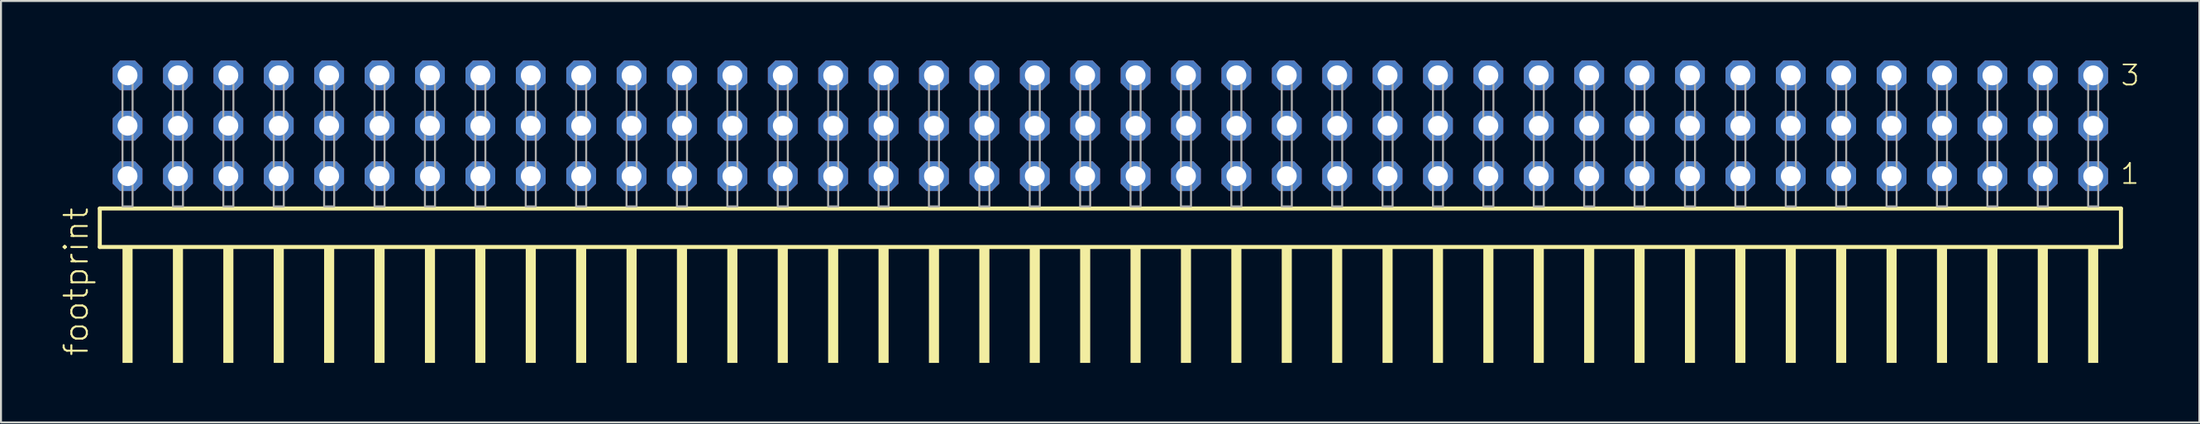
<source format=kicad_pcb>
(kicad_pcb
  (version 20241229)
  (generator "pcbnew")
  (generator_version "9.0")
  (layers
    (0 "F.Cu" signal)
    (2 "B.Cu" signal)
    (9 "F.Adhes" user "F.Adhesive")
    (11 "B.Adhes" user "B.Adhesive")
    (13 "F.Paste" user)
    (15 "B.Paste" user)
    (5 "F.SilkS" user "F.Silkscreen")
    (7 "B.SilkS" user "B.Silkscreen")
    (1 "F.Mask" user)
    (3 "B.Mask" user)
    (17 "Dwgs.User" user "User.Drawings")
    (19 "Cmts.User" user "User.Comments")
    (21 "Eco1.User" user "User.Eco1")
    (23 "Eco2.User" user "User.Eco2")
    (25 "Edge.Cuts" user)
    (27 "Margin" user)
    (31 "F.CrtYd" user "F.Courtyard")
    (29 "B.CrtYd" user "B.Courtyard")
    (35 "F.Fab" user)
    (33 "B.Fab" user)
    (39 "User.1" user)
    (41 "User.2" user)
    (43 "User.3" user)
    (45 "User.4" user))
  (footprint "footprint"
    (layer "F.Cu")
    (at 52.908 7.354)
    (property "Reference" "footprint" (at -51.435 7.62 90) (layer "F.SilkS") (effects (font (size 1.168 1.168) (thickness 0.102)) (justify left bottom)))
    (fp_line (start -50.929 0.106) (end -50.929 2.046) (stroke (width 0.203) (type solid)) (layer "F.SilkS"))
    (fp_line (start -50.929 2.046) (end 50.929 2.046) (stroke (width 0.203) (type solid)) (layer "F.SilkS"))
    (fp_line (start 50.929 0.106) (end -50.929 0.106) (stroke (width 0.203) (type solid)) (layer "F.SilkS"))
    (fp_line (start 50.929 2.046) (end 50.929 0.106) (stroke (width 0.203) (type solid)) (layer "F.SilkS"))
    (fp_poly (pts (xy -49.784 7.89) (xy -49.276 7.89) (xy -49.276 2.04) (xy -49.784 2.04)) (stroke (width 0) (type solid)) (fill yes) (layer "F.SilkS"))
    (fp_poly (pts (xy -47.244 7.89) (xy -46.736 7.89) (xy -46.736 2.04) (xy -47.244 2.04)) (stroke (width 0) (type solid)) (fill yes) (layer "F.SilkS"))
    (fp_poly (pts (xy -44.704 7.89) (xy -44.196 7.89) (xy -44.196 2.04) (xy -44.704 2.04)) (stroke (width 0) (type solid)) (fill yes) (layer "F.SilkS"))
    (fp_poly (pts (xy -42.164 7.89) (xy -41.656 7.89) (xy -41.656 2.04) (xy -42.164 2.04)) (stroke (width 0) (type solid)) (fill yes) (layer "F.SilkS"))
    (fp_poly (pts (xy -39.624 7.89) (xy -39.116 7.89) (xy -39.116 2.04) (xy -39.624 2.04)) (stroke (width 0) (type solid)) (fill yes) (layer "F.SilkS"))
    (fp_poly (pts (xy -37.084 7.89) (xy -36.576 7.89) (xy -36.576 2.04) (xy -37.084 2.04)) (stroke (width 0) (type solid)) (fill yes) (layer "F.SilkS"))
    (fp_poly (pts (xy -34.544 7.89) (xy -34.036 7.89) (xy -34.036 2.04) (xy -34.544 2.04)) (stroke (width 0) (type solid)) (fill yes) (layer "F.SilkS"))
    (fp_poly (pts (xy -32.004 7.89) (xy -31.496 7.89) (xy -31.496 2.04) (xy -32.004 2.04)) (stroke (width 0) (type solid)) (fill yes) (layer "F.SilkS"))
    (fp_poly (pts (xy -29.464 7.89) (xy -28.956 7.89) (xy -28.956 2.04) (xy -29.464 2.04)) (stroke (width 0) (type solid)) (fill yes) (layer "F.SilkS"))
    (fp_poly (pts (xy -26.924 7.89) (xy -26.416 7.89) (xy -26.416 2.04) (xy -26.924 2.04)) (stroke (width 0) (type solid)) (fill yes) (layer "F.SilkS"))
    (fp_poly (pts (xy -24.384 7.89) (xy -23.876 7.89) (xy -23.876 2.04) (xy -24.384 2.04)) (stroke (width 0) (type solid)) (fill yes) (layer "F.SilkS"))
    (fp_poly (pts (xy -21.844 7.89) (xy -21.336 7.89) (xy -21.336 2.04) (xy -21.844 2.04)) (stroke (width 0) (type solid)) (fill yes) (layer "F.SilkS"))
    (fp_poly (pts (xy -19.304 7.89) (xy -18.796 7.89) (xy -18.796 2.04) (xy -19.304 2.04)) (stroke (width 0) (type solid)) (fill yes) (layer "F.SilkS"))
    (fp_poly (pts (xy -16.764 7.89) (xy -16.256 7.89) (xy -16.256 2.04) (xy -16.764 2.04)) (stroke (width 0) (type solid)) (fill yes) (layer "F.SilkS"))
    (fp_poly (pts (xy -14.224 7.89) (xy -13.716 7.89) (xy -13.716 2.04) (xy -14.224 2.04)) (stroke (width 0) (type solid)) (fill yes) (layer "F.SilkS"))
    (fp_poly (pts (xy -11.684 7.89) (xy -11.176 7.89) (xy -11.176 2.04) (xy -11.684 2.04)) (stroke (width 0) (type solid)) (fill yes) (layer "F.SilkS"))
    (fp_poly (pts (xy -9.144 7.89) (xy -8.636 7.89) (xy -8.636 2.04) (xy -9.144 2.04)) (stroke (width 0) (type solid)) (fill yes) (layer "F.SilkS"))
    (fp_poly (pts (xy -6.604 7.89) (xy -6.096 7.89) (xy -6.096 2.04) (xy -6.604 2.04)) (stroke (width 0) (type solid)) (fill yes) (layer "F.SilkS"))
    (fp_poly (pts (xy -4.064 7.89) (xy -3.556 7.89) (xy -3.556 2.04) (xy -4.064 2.04)) (stroke (width 0) (type solid)) (fill yes) (layer "F.SilkS"))
    (fp_poly (pts (xy -1.524 7.89) (xy -1.016 7.89) (xy -1.016 2.04) (xy -1.524 2.04)) (stroke (width 0) (type solid)) (fill yes) (layer "F.SilkS"))
    (fp_poly (pts (xy 1.016 7.89) (xy 1.524 7.89) (xy 1.524 2.04) (xy 1.016 2.04)) (stroke (width 0) (type solid)) (fill yes) (layer "F.SilkS"))
    (fp_poly (pts (xy 3.556 7.89) (xy 4.064 7.89) (xy 4.064 2.04) (xy 3.556 2.04)) (stroke (width 0) (type solid)) (fill yes) (layer "F.SilkS"))
    (fp_poly (pts (xy 6.096 7.89) (xy 6.604 7.89) (xy 6.604 2.04) (xy 6.096 2.04)) (stroke (width 0) (type solid)) (fill yes) (layer "F.SilkS"))
    (fp_poly (pts (xy 8.636 7.89) (xy 9.144 7.89) (xy 9.144 2.04) (xy 8.636 2.04)) (stroke (width 0) (type solid)) (fill yes) (layer "F.SilkS"))
    (fp_poly (pts (xy 11.176 7.89) (xy 11.684 7.89) (xy 11.684 2.04) (xy 11.176 2.04)) (stroke (width 0) (type solid)) (fill yes) (layer "F.SilkS"))
    (fp_poly (pts (xy 13.716 7.89) (xy 14.224 7.89) (xy 14.224 2.04) (xy 13.716 2.04)) (stroke (width 0) (type solid)) (fill yes) (layer "F.SilkS"))
    (fp_poly (pts (xy 16.256 7.89) (xy 16.764 7.89) (xy 16.764 2.04) (xy 16.256 2.04)) (stroke (width 0) (type solid)) (fill yes) (layer "F.SilkS"))
    (fp_poly (pts (xy 18.796 7.89) (xy 19.304 7.89) (xy 19.304 2.04) (xy 18.796 2.04)) (stroke (width 0) (type solid)) (fill yes) (layer "F.SilkS"))
    (fp_poly (pts (xy 21.336 7.89) (xy 21.844 7.89) (xy 21.844 2.04) (xy 21.336 2.04)) (stroke (width 0) (type solid)) (fill yes) (layer "F.SilkS"))
    (fp_poly (pts (xy 23.876 7.89) (xy 24.384 7.89) (xy 24.384 2.04) (xy 23.876 2.04)) (stroke (width 0) (type solid)) (fill yes) (layer "F.SilkS"))
    (fp_poly (pts (xy 26.416 7.89) (xy 26.924 7.89) (xy 26.924 2.04) (xy 26.416 2.04)) (stroke (width 0) (type solid)) (fill yes) (layer "F.SilkS"))
    (fp_poly (pts (xy 28.956 7.89) (xy 29.464 7.89) (xy 29.464 2.04) (xy 28.956 2.04)) (stroke (width 0) (type solid)) (fill yes) (layer "F.SilkS"))
    (fp_poly (pts (xy 31.496 7.89) (xy 32.004 7.89) (xy 32.004 2.04) (xy 31.496 2.04)) (stroke (width 0) (type solid)) (fill yes) (layer "F.SilkS"))
    (fp_poly (pts (xy 34.036 7.89) (xy 34.544 7.89) (xy 34.544 2.04) (xy 34.036 2.04)) (stroke (width 0) (type solid)) (fill yes) (layer "F.SilkS"))
    (fp_poly (pts (xy 36.576 7.89) (xy 37.084 7.89) (xy 37.084 2.04) (xy 36.576 2.04)) (stroke (width 0) (type solid)) (fill yes) (layer "F.SilkS"))
    (fp_poly (pts (xy 39.116 7.89) (xy 39.624 7.89) (xy 39.624 2.04) (xy 39.116 2.04)) (stroke (width 0) (type solid)) (fill yes) (layer "F.SilkS"))
    (fp_poly (pts (xy 41.656 7.89) (xy 42.164 7.89) (xy 42.164 2.04) (xy 41.656 2.04)) (stroke (width 0) (type solid)) (fill yes) (layer "F.SilkS"))
    (fp_poly (pts (xy 44.196 7.89) (xy 44.704 7.89) (xy 44.704 2.04) (xy 44.196 2.04)) (stroke (width 0) (type solid)) (fill yes) (layer "F.SilkS"))
    (fp_poly (pts (xy 46.736 7.89) (xy 47.244 7.89) (xy 47.244 2.04) (xy 46.736 2.04)) (stroke (width 0) (type solid)) (fill yes) (layer "F.SilkS"))
    (fp_poly (pts (xy 49.276 7.89) (xy 49.784 7.89) (xy 49.784 2.04) (xy 49.276 2.04)) (stroke (width 0) (type solid)) (fill yes) (layer "F.SilkS"))
    (fp_poly (pts (xy -49.784 0) (xy -49.276 0) (xy -49.276 -6.858) (xy -49.784 -6.858)) (stroke (width 0.1) (type solid)) (fill no) (layer "F.Fab"))
    (fp_poly (pts (xy -47.244 0) (xy -46.736 0) (xy -46.736 -6.858) (xy -47.244 -6.858)) (stroke (width 0.1) (type solid)) (fill no) (layer "F.Fab"))
    (fp_poly (pts (xy -44.704 0) (xy -44.196 0) (xy -44.196 -6.858) (xy -44.704 -6.858)) (stroke (width 0.1) (type solid)) (fill no) (layer "F.Fab"))
    (fp_poly (pts (xy -42.164 0) (xy -41.656 0) (xy -41.656 -6.858) (xy -42.164 -6.858)) (stroke (width 0.1) (type solid)) (fill no) (layer "F.Fab"))
    (fp_poly (pts (xy -39.624 0) (xy -39.116 0) (xy -39.116 -6.858) (xy -39.624 -6.858)) (stroke (width 0.1) (type solid)) (fill no) (layer "F.Fab"))
    (fp_poly (pts (xy -37.084 0) (xy -36.576 0) (xy -36.576 -6.858) (xy -37.084 -6.858)) (stroke (width 0.1) (type solid)) (fill no) (layer "F.Fab"))
    (fp_poly (pts (xy -34.544 0) (xy -34.036 0) (xy -34.036 -6.858) (xy -34.544 -6.858)) (stroke (width 0.1) (type solid)) (fill no) (layer "F.Fab"))
    (fp_poly (pts (xy -32.004 0) (xy -31.496 0) (xy -31.496 -6.858) (xy -32.004 -6.858)) (stroke (width 0.1) (type solid)) (fill no) (layer "F.Fab"))
    (fp_poly (pts (xy -29.464 0) (xy -28.956 0) (xy -28.956 -6.858) (xy -29.464 -6.858)) (stroke (width 0.1) (type solid)) (fill no) (layer "F.Fab"))
    (fp_poly (pts (xy -26.924 0) (xy -26.416 0) (xy -26.416 -6.858) (xy -26.924 -6.858)) (stroke (width 0.1) (type solid)) (fill no) (layer "F.Fab"))
    (fp_poly (pts (xy -24.384 0) (xy -23.876 0) (xy -23.876 -6.858) (xy -24.384 -6.858)) (stroke (width 0.1) (type solid)) (fill no) (layer "F.Fab"))
    (fp_poly (pts (xy -21.844 0) (xy -21.336 0) (xy -21.336 -6.858) (xy -21.844 -6.858)) (stroke (width 0.1) (type solid)) (fill no) (layer "F.Fab"))
    (fp_poly (pts (xy -19.304 0) (xy -18.796 0) (xy -18.796 -6.858) (xy -19.304 -6.858)) (stroke (width 0.1) (type solid)) (fill no) (layer "F.Fab"))
    (fp_poly (pts (xy -16.764 0) (xy -16.256 0) (xy -16.256 -6.858) (xy -16.764 -6.858)) (stroke (width 0.1) (type solid)) (fill no) (layer "F.Fab"))
    (fp_poly (pts (xy -14.224 0) (xy -13.716 0) (xy -13.716 -6.858) (xy -14.224 -6.858)) (stroke (width 0.1) (type solid)) (fill no) (layer "F.Fab"))
    (fp_poly (pts (xy -11.684 0) (xy -11.176 0) (xy -11.176 -6.858) (xy -11.684 -6.858)) (stroke (width 0.1) (type solid)) (fill no) (layer "F.Fab"))
    (fp_poly (pts (xy -9.144 0) (xy -8.636 0) (xy -8.636 -6.858) (xy -9.144 -6.858)) (stroke (width 0.1) (type solid)) (fill no) (layer "F.Fab"))
    (fp_poly (pts (xy -6.604 0) (xy -6.096 0) (xy -6.096 -6.858) (xy -6.604 -6.858)) (stroke (width 0.1) (type solid)) (fill no) (layer "F.Fab"))
    (fp_poly (pts (xy -4.064 0) (xy -3.556 0) (xy -3.556 -6.858) (xy -4.064 -6.858)) (stroke (width 0.1) (type solid)) (fill no) (layer "F.Fab"))
    (fp_poly (pts (xy -1.524 0) (xy -1.016 0) (xy -1.016 -6.858) (xy -1.524 -6.858)) (stroke (width 0.1) (type solid)) (fill no) (layer "F.Fab"))
    (fp_poly (pts (xy 1.016 0) (xy 1.524 0) (xy 1.524 -6.858) (xy 1.016 -6.858)) (stroke (width 0.1) (type solid)) (fill no) (layer "F.Fab"))
    (fp_poly (pts (xy 3.556 0) (xy 4.064 0) (xy 4.064 -6.858) (xy 3.556 -6.858)) (stroke (width 0.1) (type solid)) (fill no) (layer "F.Fab"))
    (fp_poly (pts (xy 6.096 0) (xy 6.604 0) (xy 6.604 -6.858) (xy 6.096 -6.858)) (stroke (width 0.1) (type solid)) (fill no) (layer "F.Fab"))
    (fp_poly (pts (xy 8.636 0) (xy 9.144 0) (xy 9.144 -6.858) (xy 8.636 -6.858)) (stroke (width 0.1) (type solid)) (fill no) (layer "F.Fab"))
    (fp_poly (pts (xy 11.176 0) (xy 11.684 0) (xy 11.684 -6.858) (xy 11.176 -6.858)) (stroke (width 0.1) (type solid)) (fill no) (layer "F.Fab"))
    (fp_poly (pts (xy 13.716 0) (xy 14.224 0) (xy 14.224 -6.858) (xy 13.716 -6.858)) (stroke (width 0.1) (type solid)) (fill no) (layer "F.Fab"))
    (fp_poly (pts (xy 16.256 0) (xy 16.764 0) (xy 16.764 -6.858) (xy 16.256 -6.858)) (stroke (width 0.1) (type solid)) (fill no) (layer "F.Fab"))
    (fp_poly (pts (xy 18.796 0) (xy 19.304 0) (xy 19.304 -6.858) (xy 18.796 -6.858)) (stroke (width 0.1) (type solid)) (fill no) (layer "F.Fab"))
    (fp_poly (pts (xy 21.336 0) (xy 21.844 0) (xy 21.844 -6.858) (xy 21.336 -6.858)) (stroke (width 0.1) (type solid)) (fill no) (layer "F.Fab"))
    (fp_poly (pts (xy 23.876 0) (xy 24.384 0) (xy 24.384 -6.858) (xy 23.876 -6.858)) (stroke (width 0.1) (type solid)) (fill no) (layer "F.Fab"))
    (fp_poly (pts (xy 26.416 0) (xy 26.924 0) (xy 26.924 -6.858) (xy 26.416 -6.858)) (stroke (width 0.1) (type solid)) (fill no) (layer "F.Fab"))
    (fp_poly (pts (xy 28.956 0) (xy 29.464 0) (xy 29.464 -6.858) (xy 28.956 -6.858)) (stroke (width 0.1) (type solid)) (fill no) (layer "F.Fab"))
    (fp_poly (pts (xy 31.496 0) (xy 32.004 0) (xy 32.004 -6.858) (xy 31.496 -6.858)) (stroke (width 0.1) (type solid)) (fill no) (layer "F.Fab"))
    (fp_poly (pts (xy 34.036 0) (xy 34.544 0) (xy 34.544 -6.858) (xy 34.036 -6.858)) (stroke (width 0.1) (type solid)) (fill no) (layer "F.Fab"))
    (fp_poly (pts (xy 36.576 0) (xy 37.084 0) (xy 37.084 -6.858) (xy 36.576 -6.858)) (stroke (width 0.1) (type solid)) (fill no) (layer "F.Fab"))
    (fp_poly (pts (xy 39.116 0) (xy 39.624 0) (xy 39.624 -6.858) (xy 39.116 -6.858)) (stroke (width 0.1) (type solid)) (fill no) (layer "F.Fab"))
    (fp_poly (pts (xy 41.656 0) (xy 42.164 0) (xy 42.164 -6.858) (xy 41.656 -6.858)) (stroke (width 0.1) (type solid)) (fill no) (layer "F.Fab"))
    (fp_poly (pts (xy 44.196 0) (xy 44.704 0) (xy 44.704 -6.858) (xy 44.196 -6.858)) (stroke (width 0.1) (type solid)) (fill no) (layer "F.Fab"))
    (fp_poly (pts (xy 46.736 0) (xy 47.244 0) (xy 47.244 -6.858) (xy 46.736 -6.858)) (stroke (width 0.1) (type solid)) (fill no) (layer "F.Fab"))
    (fp_poly (pts (xy 49.276 0) (xy 49.784 0) (xy 49.784 -6.858) (xy 49.276 -6.858)) (stroke (width 0.1) (type solid)) (fill no) (layer "F.Fab"))
    (fp_text user "3" (at 50.855 -6.015 0) (layer "F.SilkS") (effects (font (size 1.012 1.012) (thickness 0.088)) (justify left bottom)))
    (fp_text user "1" (at 50.84 -1.05 0) (layer "F.SilkS") (effects (font (size 1.012 1.012) (thickness 0.088)) (justify left bottom)))
    (pad "1" thru_hole roundrect (at 49.53 -1.524 180) (size 1.5 1.5) (drill 1) (layers "*.Cu" "*.Mask") (roundrect_rratio 0.25) (chamfer_ratio 0.25) (chamfer top_left top_right bottom_left bottom_right))
    (pad "2" thru_hole roundrect (at 49.53 -4.064 180) (size 1.5 1.5) (drill 1) (layers "*.Cu" "*.Mask") (roundrect_rratio 0.25) (chamfer_ratio 0.25) (chamfer top_left top_right bottom_left bottom_right))
    (pad "3" thru_hole roundrect (at 49.53 -6.604 180) (size 1.5 1.5) (drill 1) (layers "*.Cu" "*.Mask") (roundrect_rratio 0.25) (chamfer_ratio 0.25) (chamfer top_left top_right bottom_left bottom_right))
    (pad "4" thru_hole roundrect (at 46.99 -1.524 180) (size 1.5 1.5) (drill 1) (layers "*.Cu" "*.Mask") (roundrect_rratio 0.25) (chamfer_ratio 0.25) (chamfer top_left top_right bottom_left bottom_right))
    (pad "5" thru_hole roundrect (at 46.99 -4.064 180) (size 1.5 1.5) (drill 1) (layers "*.Cu" "*.Mask") (roundrect_rratio 0.25) (chamfer_ratio 0.25) (chamfer top_left top_right bottom_left bottom_right))
    (pad "6" thru_hole roundrect (at 46.99 -6.604 180) (size 1.5 1.5) (drill 1) (layers "*.Cu" "*.Mask") (roundrect_rratio 0.25) (chamfer_ratio 0.25) (chamfer top_left top_right bottom_left bottom_right))
    (pad "7" thru_hole roundrect (at 44.45 -1.524 180) (size 1.5 1.5) (drill 1) (layers "*.Cu" "*.Mask") (roundrect_rratio 0.25) (chamfer_ratio 0.25) (chamfer top_left top_right bottom_left bottom_right))
    (pad "8" thru_hole roundrect (at 44.45 -4.064 180) (size 1.5 1.5) (drill 1) (layers "*.Cu" "*.Mask") (roundrect_rratio 0.25) (chamfer_ratio 0.25) (chamfer top_left top_right bottom_left bottom_right))
    (pad "9" thru_hole roundrect (at 44.45 -6.604 180) (size 1.5 1.5) (drill 1) (layers "*.Cu" "*.Mask") (roundrect_rratio 0.25) (chamfer_ratio 0.25) (chamfer top_left top_right bottom_left bottom_right))
    (pad "10" thru_hole roundrect (at 41.91 -1.524 180) (size 1.5 1.5) (drill 1) (layers "*.Cu" "*.Mask") (roundrect_rratio 0.25) (chamfer_ratio 0.25) (chamfer top_left top_right bottom_left bottom_right))
    (pad "11" thru_hole roundrect (at 41.91 -4.064 180) (size 1.5 1.5) (drill 1) (layers "*.Cu" "*.Mask") (roundrect_rratio 0.25) (chamfer_ratio 0.25) (chamfer top_left top_right bottom_left bottom_right))
    (pad "12" thru_hole roundrect (at 41.91 -6.604 180) (size 1.5 1.5) (drill 1) (layers "*.Cu" "*.Mask") (roundrect_rratio 0.25) (chamfer_ratio 0.25) (chamfer top_left top_right bottom_left bottom_right))
    (pad "13" thru_hole roundrect (at 39.37 -1.524 180) (size 1.5 1.5) (drill 1) (layers "*.Cu" "*.Mask") (roundrect_rratio 0.25) (chamfer_ratio 0.25) (chamfer top_left top_right bottom_left bottom_right))
    (pad "14" thru_hole roundrect (at 39.37 -4.064 180) (size 1.5 1.5) (drill 1) (layers "*.Cu" "*.Mask") (roundrect_rratio 0.25) (chamfer_ratio 0.25) (chamfer top_left top_right bottom_left bottom_right))
    (pad "15" thru_hole roundrect (at 39.37 -6.604 180) (size 1.5 1.5) (drill 1) (layers "*.Cu" "*.Mask") (roundrect_rratio 0.25) (chamfer_ratio 0.25) (chamfer top_left top_right bottom_left bottom_right))
    (pad "16" thru_hole roundrect (at 36.83 -1.524 180) (size 1.5 1.5) (drill 1) (layers "*.Cu" "*.Mask") (roundrect_rratio 0.25) (chamfer_ratio 0.25) (chamfer top_left top_right bottom_left bottom_right))
    (pad "17" thru_hole roundrect (at 36.83 -4.064 180) (size 1.5 1.5) (drill 1) (layers "*.Cu" "*.Mask") (roundrect_rratio 0.25) (chamfer_ratio 0.25) (chamfer top_left top_right bottom_left bottom_right))
    (pad "18" thru_hole roundrect (at 36.83 -6.604 180) (size 1.5 1.5) (drill 1) (layers "*.Cu" "*.Mask") (roundrect_rratio 0.25) (chamfer_ratio 0.25) (chamfer top_left top_right bottom_left bottom_right))
    (pad "19" thru_hole roundrect (at 34.29 -1.524 180) (size 1.5 1.5) (drill 1) (layers "*.Cu" "*.Mask") (roundrect_rratio 0.25) (chamfer_ratio 0.25) (chamfer top_left top_right bottom_left bottom_right))
    (pad "20" thru_hole roundrect (at 34.29 -4.064 180) (size 1.5 1.5) (drill 1) (layers "*.Cu" "*.Mask") (roundrect_rratio 0.25) (chamfer_ratio 0.25) (chamfer top_left top_right bottom_left bottom_right))
    (pad "21" thru_hole roundrect (at 34.29 -6.604 180) (size 1.5 1.5) (drill 1) (layers "*.Cu" "*.Mask") (roundrect_rratio 0.25) (chamfer_ratio 0.25) (chamfer top_left top_right bottom_left bottom_right))
    (pad "22" thru_hole roundrect (at 31.75 -1.524 180) (size 1.5 1.5) (drill 1) (layers "*.Cu" "*.Mask") (roundrect_rratio 0.25) (chamfer_ratio 0.25) (chamfer top_left top_right bottom_left bottom_right))
    (pad "23" thru_hole roundrect (at 31.75 -4.064 180) (size 1.5 1.5) (drill 1) (layers "*.Cu" "*.Mask") (roundrect_rratio 0.25) (chamfer_ratio 0.25) (chamfer top_left top_right bottom_left bottom_right))
    (pad "24" thru_hole roundrect (at 31.75 -6.604 180) (size 1.5 1.5) (drill 1) (layers "*.Cu" "*.Mask") (roundrect_rratio 0.25) (chamfer_ratio 0.25) (chamfer top_left top_right bottom_left bottom_right))
    (pad "25" thru_hole roundrect (at 29.21 -1.524 180) (size 1.5 1.5) (drill 1) (layers "*.Cu" "*.Mask") (roundrect_rratio 0.25) (chamfer_ratio 0.25) (chamfer top_left top_right bottom_left bottom_right))
    (pad "26" thru_hole roundrect (at 29.21 -4.064 180) (size 1.5 1.5) (drill 1) (layers "*.Cu" "*.Mask") (roundrect_rratio 0.25) (chamfer_ratio 0.25) (chamfer top_left top_right bottom_left bottom_right))
    (pad "27" thru_hole roundrect (at 29.21 -6.604 180) (size 1.5 1.5) (drill 1) (layers "*.Cu" "*.Mask") (roundrect_rratio 0.25) (chamfer_ratio 0.25) (chamfer top_left top_right bottom_left bottom_right))
    (pad "28" thru_hole roundrect (at 26.67 -1.524 180) (size 1.5 1.5) (drill 1) (layers "*.Cu" "*.Mask") (roundrect_rratio 0.25) (chamfer_ratio 0.25) (chamfer top_left top_right bottom_left bottom_right))
    (pad "29" thru_hole roundrect (at 26.67 -4.064 180) (size 1.5 1.5) (drill 1) (layers "*.Cu" "*.Mask") (roundrect_rratio 0.25) (chamfer_ratio 0.25) (chamfer top_left top_right bottom_left bottom_right))
    (pad "30" thru_hole roundrect (at 26.67 -6.604 180) (size 1.5 1.5) (drill 1) (layers "*.Cu" "*.Mask") (roundrect_rratio 0.25) (chamfer_ratio 0.25) (chamfer top_left top_right bottom_left bottom_right))
    (pad "31" thru_hole roundrect (at 24.13 -1.524 180) (size 1.5 1.5) (drill 1) (layers "*.Cu" "*.Mask") (roundrect_rratio 0.25) (chamfer_ratio 0.25) (chamfer top_left top_right bottom_left bottom_right))
    (pad "32" thru_hole roundrect (at 24.13 -4.064 180) (size 1.5 1.5) (drill 1) (layers "*.Cu" "*.Mask") (roundrect_rratio 0.25) (chamfer_ratio 0.25) (chamfer top_left top_right bottom_left bottom_right))
    (pad "33" thru_hole roundrect (at 24.13 -6.604 180) (size 1.5 1.5) (drill 1) (layers "*.Cu" "*.Mask") (roundrect_rratio 0.25) (chamfer_ratio 0.25) (chamfer top_left top_right bottom_left bottom_right))
    (pad "34" thru_hole roundrect (at 21.59 -1.524 180) (size 1.5 1.5) (drill 1) (layers "*.Cu" "*.Mask") (roundrect_rratio 0.25) (chamfer_ratio 0.25) (chamfer top_left top_right bottom_left bottom_right))
    (pad "35" thru_hole roundrect (at 21.59 -4.064 180) (size 1.5 1.5) (drill 1) (layers "*.Cu" "*.Mask") (roundrect_rratio 0.25) (chamfer_ratio 0.25) (chamfer top_left top_right bottom_left bottom_right))
    (pad "36" thru_hole roundrect (at 21.59 -6.604 180) (size 1.5 1.5) (drill 1) (layers "*.Cu" "*.Mask") (roundrect_rratio 0.25) (chamfer_ratio 0.25) (chamfer top_left top_right bottom_left bottom_right))
    (pad "37" thru_hole roundrect (at 19.05 -1.524 180) (size 1.5 1.5) (drill 1) (layers "*.Cu" "*.Mask") (roundrect_rratio 0.25) (chamfer_ratio 0.25) (chamfer top_left top_right bottom_left bottom_right))
    (pad "38" thru_hole roundrect (at 19.05 -4.064 180) (size 1.5 1.5) (drill 1) (layers "*.Cu" "*.Mask") (roundrect_rratio 0.25) (chamfer_ratio 0.25) (chamfer top_left top_right bottom_left bottom_right))
    (pad "39" thru_hole roundrect (at 19.05 -6.604 180) (size 1.5 1.5) (drill 1) (layers "*.Cu" "*.Mask") (roundrect_rratio 0.25) (chamfer_ratio 0.25) (chamfer top_left top_right bottom_left bottom_right))
    (pad "40" thru_hole roundrect (at 16.51 -1.524 180) (size 1.5 1.5) (drill 1) (layers "*.Cu" "*.Mask") (roundrect_rratio 0.25) (chamfer_ratio 0.25) (chamfer top_left top_right bottom_left bottom_right))
    (pad "41" thru_hole roundrect (at 16.51 -4.064 180) (size 1.5 1.5) (drill 1) (layers "*.Cu" "*.Mask") (roundrect_rratio 0.25) (chamfer_ratio 0.25) (chamfer top_left top_right bottom_left bottom_right))
    (pad "42" thru_hole roundrect (at 16.51 -6.604 180) (size 1.5 1.5) (drill 1) (layers "*.Cu" "*.Mask") (roundrect_rratio 0.25) (chamfer_ratio 0.25) (chamfer top_left top_right bottom_left bottom_right))
    (pad "43" thru_hole roundrect (at 13.97 -1.524 180) (size 1.5 1.5) (drill 1) (layers "*.Cu" "*.Mask") (roundrect_rratio 0.25) (chamfer_ratio 0.25) (chamfer top_left top_right bottom_left bottom_right))
    (pad "44" thru_hole roundrect (at 13.97 -4.064 180) (size 1.5 1.5) (drill 1) (layers "*.Cu" "*.Mask") (roundrect_rratio 0.25) (chamfer_ratio 0.25) (chamfer top_left top_right bottom_left bottom_right))
    (pad "45" thru_hole roundrect (at 13.97 -6.604 180) (size 1.5 1.5) (drill 1) (layers "*.Cu" "*.Mask") (roundrect_rratio 0.25) (chamfer_ratio 0.25) (chamfer top_left top_right bottom_left bottom_right))
    (pad "46" thru_hole roundrect (at 11.43 -1.524 180) (size 1.5 1.5) (drill 1) (layers "*.Cu" "*.Mask") (roundrect_rratio 0.25) (chamfer_ratio 0.25) (chamfer top_left top_right bottom_left bottom_right))
    (pad "47" thru_hole roundrect (at 11.43 -4.064 180) (size 1.5 1.5) (drill 1) (layers "*.Cu" "*.Mask") (roundrect_rratio 0.25) (chamfer_ratio 0.25) (chamfer top_left top_right bottom_left bottom_right))
    (pad "48" thru_hole roundrect (at 11.43 -6.604 180) (size 1.5 1.5) (drill 1) (layers "*.Cu" "*.Mask") (roundrect_rratio 0.25) (chamfer_ratio 0.25) (chamfer top_left top_right bottom_left bottom_right))
    (pad "49" thru_hole roundrect (at 8.89 -1.524 180) (size 1.5 1.5) (drill 1) (layers "*.Cu" "*.Mask") (roundrect_rratio 0.25) (chamfer_ratio 0.25) (chamfer top_left top_right bottom_left bottom_right))
    (pad "50" thru_hole roundrect (at 8.89 -4.064 180) (size 1.5 1.5) (drill 1) (layers "*.Cu" "*.Mask") (roundrect_rratio 0.25) (chamfer_ratio 0.25) (chamfer top_left top_right bottom_left bottom_right))
    (pad "51" thru_hole roundrect (at 8.89 -6.604 180) (size 1.5 1.5) (drill 1) (layers "*.Cu" "*.Mask") (roundrect_rratio 0.25) (chamfer_ratio 0.25) (chamfer top_left top_right bottom_left bottom_right))
    (pad "52" thru_hole roundrect (at 6.35 -1.524 180) (size 1.5 1.5) (drill 1) (layers "*.Cu" "*.Mask") (roundrect_rratio 0.25) (chamfer_ratio 0.25) (chamfer top_left top_right bottom_left bottom_right))
    (pad "53" thru_hole roundrect (at 6.35 -4.064 180) (size 1.5 1.5) (drill 1) (layers "*.Cu" "*.Mask") (roundrect_rratio 0.25) (chamfer_ratio 0.25) (chamfer top_left top_right bottom_left bottom_right))
    (pad "54" thru_hole roundrect (at 6.35 -6.604 180) (size 1.5 1.5) (drill 1) (layers "*.Cu" "*.Mask") (roundrect_rratio 0.25) (chamfer_ratio 0.25) (chamfer top_left top_right bottom_left bottom_right))
    (pad "55" thru_hole roundrect (at 3.81 -1.524 180) (size 1.5 1.5) (drill 1) (layers "*.Cu" "*.Mask") (roundrect_rratio 0.25) (chamfer_ratio 0.25) (chamfer top_left top_right bottom_left bottom_right))
    (pad "56" thru_hole roundrect (at 3.81 -4.064 180) (size 1.5 1.5) (drill 1) (layers "*.Cu" "*.Mask") (roundrect_rratio 0.25) (chamfer_ratio 0.25) (chamfer top_left top_right bottom_left bottom_right))
    (pad "57" thru_hole roundrect (at 3.81 -6.604 180) (size 1.5 1.5) (drill 1) (layers "*.Cu" "*.Mask") (roundrect_rratio 0.25) (chamfer_ratio 0.25) (chamfer top_left top_right bottom_left bottom_right))
    (pad "58" thru_hole roundrect (at 1.27 -1.524 180) (size 1.5 1.5) (drill 1) (layers "*.Cu" "*.Mask") (roundrect_rratio 0.25) (chamfer_ratio 0.25) (chamfer top_left top_right bottom_left bottom_right))
    (pad "59" thru_hole roundrect (at 1.27 -4.064 180) (size 1.5 1.5) (drill 1) (layers "*.Cu" "*.Mask") (roundrect_rratio 0.25) (chamfer_ratio 0.25) (chamfer top_left top_right bottom_left bottom_right))
    (pad "60" thru_hole roundrect (at 1.27 -6.604 180) (size 1.5 1.5) (drill 1) (layers "*.Cu" "*.Mask") (roundrect_rratio 0.25) (chamfer_ratio 0.25) (chamfer top_left top_right bottom_left bottom_right))
    (pad "61" thru_hole roundrect (at -1.27 -1.524 180) (size 1.5 1.5) (drill 1) (layers "*.Cu" "*.Mask") (roundrect_rratio 0.25) (chamfer_ratio 0.25) (chamfer top_left top_right bottom_left bottom_right))
    (pad "62" thru_hole roundrect (at -1.27 -4.064 180) (size 1.5 1.5) (drill 1) (layers "*.Cu" "*.Mask") (roundrect_rratio 0.25) (chamfer_ratio 0.25) (chamfer top_left top_right bottom_left bottom_right))
    (pad "63" thru_hole roundrect (at -1.27 -6.604 180) (size 1.5 1.5) (drill 1) (layers "*.Cu" "*.Mask") (roundrect_rratio 0.25) (chamfer_ratio 0.25) (chamfer top_left top_right bottom_left bottom_right))
    (pad "64" thru_hole roundrect (at -3.81 -1.524 180) (size 1.5 1.5) (drill 1) (layers "*.Cu" "*.Mask") (roundrect_rratio 0.25) (chamfer_ratio 0.25) (chamfer top_left top_right bottom_left bottom_right))
    (pad "65" thru_hole roundrect (at -3.81 -4.064 180) (size 1.5 1.5) (drill 1) (layers "*.Cu" "*.Mask") (roundrect_rratio 0.25) (chamfer_ratio 0.25) (chamfer top_left top_right bottom_left bottom_right))
    (pad "66" thru_hole roundrect (at -3.81 -6.604 180) (size 1.5 1.5) (drill 1) (layers "*.Cu" "*.Mask") (roundrect_rratio 0.25) (chamfer_ratio 0.25) (chamfer top_left top_right bottom_left bottom_right))
    (pad "67" thru_hole roundrect (at -6.35 -1.524 180) (size 1.5 1.5) (drill 1) (layers "*.Cu" "*.Mask") (roundrect_rratio 0.25) (chamfer_ratio 0.25) (chamfer top_left top_right bottom_left bottom_right))
    (pad "68" thru_hole roundrect (at -6.35 -4.064 180) (size 1.5 1.5) (drill 1) (layers "*.Cu" "*.Mask") (roundrect_rratio 0.25) (chamfer_ratio 0.25) (chamfer top_left top_right bottom_left bottom_right))
    (pad "69" thru_hole roundrect (at -6.35 -6.604 180) (size 1.5 1.5) (drill 1) (layers "*.Cu" "*.Mask") (roundrect_rratio 0.25) (chamfer_ratio 0.25) (chamfer top_left top_right bottom_left bottom_right))
    (pad "70" thru_hole roundrect (at -8.89 -1.524 180) (size 1.5 1.5) (drill 1) (layers "*.Cu" "*.Mask") (roundrect_rratio 0.25) (chamfer_ratio 0.25) (chamfer top_left top_right bottom_left bottom_right))
    (pad "71" thru_hole roundrect (at -8.89 -4.064 180) (size 1.5 1.5) (drill 1) (layers "*.Cu" "*.Mask") (roundrect_rratio 0.25) (chamfer_ratio 0.25) (chamfer top_left top_right bottom_left bottom_right))
    (pad "72" thru_hole roundrect (at -8.89 -6.604 180) (size 1.5 1.5) (drill 1) (layers "*.Cu" "*.Mask") (roundrect_rratio 0.25) (chamfer_ratio 0.25) (chamfer top_left top_right bottom_left bottom_right))
    (pad "73" thru_hole roundrect (at -11.43 -1.524 180) (size 1.5 1.5) (drill 1) (layers "*.Cu" "*.Mask") (roundrect_rratio 0.25) (chamfer_ratio 0.25) (chamfer top_left top_right bottom_left bottom_right))
    (pad "74" thru_hole roundrect (at -11.43 -4.064 180) (size 1.5 1.5) (drill 1) (layers "*.Cu" "*.Mask") (roundrect_rratio 0.25) (chamfer_ratio 0.25) (chamfer top_left top_right bottom_left bottom_right))
    (pad "75" thru_hole roundrect (at -11.43 -6.604 180) (size 1.5 1.5) (drill 1) (layers "*.Cu" "*.Mask") (roundrect_rratio 0.25) (chamfer_ratio 0.25) (chamfer top_left top_right bottom_left bottom_right))
    (pad "76" thru_hole roundrect (at -13.97 -1.524 180) (size 1.5 1.5) (drill 1) (layers "*.Cu" "*.Mask") (roundrect_rratio 0.25) (chamfer_ratio 0.25) (chamfer top_left top_right bottom_left bottom_right))
    (pad "77" thru_hole roundrect (at -13.97 -4.064 180) (size 1.5 1.5) (drill 1) (layers "*.Cu" "*.Mask") (roundrect_rratio 0.25) (chamfer_ratio 0.25) (chamfer top_left top_right bottom_left bottom_right))
    (pad "78" thru_hole roundrect (at -13.97 -6.604 180) (size 1.5 1.5) (drill 1) (layers "*.Cu" "*.Mask") (roundrect_rratio 0.25) (chamfer_ratio 0.25) (chamfer top_left top_right bottom_left bottom_right))
    (pad "79" thru_hole roundrect (at -16.51 -1.524 180) (size 1.5 1.5) (drill 1) (layers "*.Cu" "*.Mask") (roundrect_rratio 0.25) (chamfer_ratio 0.25) (chamfer top_left top_right bottom_left bottom_right))
    (pad "80" thru_hole roundrect (at -16.51 -4.064 180) (size 1.5 1.5) (drill 1) (layers "*.Cu" "*.Mask") (roundrect_rratio 0.25) (chamfer_ratio 0.25) (chamfer top_left top_right bottom_left bottom_right))
    (pad "81" thru_hole roundrect (at -16.51 -6.604 180) (size 1.5 1.5) (drill 1) (layers "*.Cu" "*.Mask") (roundrect_rratio 0.25) (chamfer_ratio 0.25) (chamfer top_left top_right bottom_left bottom_right))
    (pad "82" thru_hole roundrect (at -19.05 -1.524 180) (size 1.5 1.5) (drill 1) (layers "*.Cu" "*.Mask") (roundrect_rratio 0.25) (chamfer_ratio 0.25) (chamfer top_left top_right bottom_left bottom_right))
    (pad "83" thru_hole roundrect (at -19.05 -4.064 180) (size 1.5 1.5) (drill 1) (layers "*.Cu" "*.Mask") (roundrect_rratio 0.25) (chamfer_ratio 0.25) (chamfer top_left top_right bottom_left bottom_right))
    (pad "84" thru_hole roundrect (at -19.05 -6.604 180) (size 1.5 1.5) (drill 1) (layers "*.Cu" "*.Mask") (roundrect_rratio 0.25) (chamfer_ratio 0.25) (chamfer top_left top_right bottom_left bottom_right))
    (pad "85" thru_hole roundrect (at -21.59 -1.524 180) (size 1.5 1.5) (drill 1) (layers "*.Cu" "*.Mask") (roundrect_rratio 0.25) (chamfer_ratio 0.25) (chamfer top_left top_right bottom_left bottom_right))
    (pad "86" thru_hole roundrect (at -21.59 -4.064 180) (size 1.5 1.5) (drill 1) (layers "*.Cu" "*.Mask") (roundrect_rratio 0.25) (chamfer_ratio 0.25) (chamfer top_left top_right bottom_left bottom_right))
    (pad "87" thru_hole roundrect (at -21.59 -6.604 180) (size 1.5 1.5) (drill 1) (layers "*.Cu" "*.Mask") (roundrect_rratio 0.25) (chamfer_ratio 0.25) (chamfer top_left top_right bottom_left bottom_right))
    (pad "88" thru_hole roundrect (at -24.13 -1.524 180) (size 1.5 1.5) (drill 1) (layers "*.Cu" "*.Mask") (roundrect_rratio 0.25) (chamfer_ratio 0.25) (chamfer top_left top_right bottom_left bottom_right))
    (pad "89" thru_hole roundrect (at -24.13 -4.064 180) (size 1.5 1.5) (drill 1) (layers "*.Cu" "*.Mask") (roundrect_rratio 0.25) (chamfer_ratio 0.25) (chamfer top_left top_right bottom_left bottom_right))
    (pad "90" thru_hole roundrect (at -24.13 -6.604 180) (size 1.5 1.5) (drill 1) (layers "*.Cu" "*.Mask") (roundrect_rratio 0.25) (chamfer_ratio 0.25) (chamfer top_left top_right bottom_left bottom_right))
    (pad "91" thru_hole roundrect (at -26.67 -1.524 180) (size 1.5 1.5) (drill 1) (layers "*.Cu" "*.Mask") (roundrect_rratio 0.25) (chamfer_ratio 0.25) (chamfer top_left top_right bottom_left bottom_right))
    (pad "92" thru_hole roundrect (at -26.67 -4.064 180) (size 1.5 1.5) (drill 1) (layers "*.Cu" "*.Mask") (roundrect_rratio 0.25) (chamfer_ratio 0.25) (chamfer top_left top_right bottom_left bottom_right))
    (pad "93" thru_hole roundrect (at -26.67 -6.604 180) (size 1.5 1.5) (drill 1) (layers "*.Cu" "*.Mask") (roundrect_rratio 0.25) (chamfer_ratio 0.25) (chamfer top_left top_right bottom_left bottom_right))
    (pad "94" thru_hole roundrect (at -29.21 -1.524 180) (size 1.5 1.5) (drill 1) (layers "*.Cu" "*.Mask") (roundrect_rratio 0.25) (chamfer_ratio 0.25) (chamfer top_left top_right bottom_left bottom_right))
    (pad "95" thru_hole roundrect (at -29.21 -4.064 180) (size 1.5 1.5) (drill 1) (layers "*.Cu" "*.Mask") (roundrect_rratio 0.25) (chamfer_ratio 0.25) (chamfer top_left top_right bottom_left bottom_right))
    (pad "96" thru_hole roundrect (at -29.21 -6.604 180) (size 1.5 1.5) (drill 1) (layers "*.Cu" "*.Mask") (roundrect_rratio 0.25) (chamfer_ratio 0.25) (chamfer top_left top_right bottom_left bottom_right))
    (pad "97" thru_hole roundrect (at -31.75 -1.524 180) (size 1.5 1.5) (drill 1) (layers "*.Cu" "*.Mask") (roundrect_rratio 0.25) (chamfer_ratio 0.25) (chamfer top_left top_right bottom_left bottom_right))
    (pad "98" thru_hole roundrect (at -31.75 -4.064 180) (size 1.5 1.5) (drill 1) (layers "*.Cu" "*.Mask") (roundrect_rratio 0.25) (chamfer_ratio 0.25) (chamfer top_left top_right bottom_left bottom_right))
    (pad "99" thru_hole roundrect (at -31.75 -6.604 180) (size 1.5 1.5) (drill 1) (layers "*.Cu" "*.Mask") (roundrect_rratio 0.25) (chamfer_ratio 0.25) (chamfer top_left top_right bottom_left bottom_right))
    (pad "100" thru_hole roundrect (at -34.29 -1.524 180) (size 1.5 1.5) (drill 1) (layers "*.Cu" "*.Mask") (roundrect_rratio 0.25) (chamfer_ratio 0.25) (chamfer top_left top_right bottom_left bottom_right))
    (pad "101" thru_hole roundrect (at -34.29 -4.064 180) (size 1.5 1.5) (drill 1) (layers "*.Cu" "*.Mask") (roundrect_rratio 0.25) (chamfer_ratio 0.25) (chamfer top_left top_right bottom_left bottom_right))
    (pad "102" thru_hole roundrect (at -34.29 -6.604 180) (size 1.5 1.5) (drill 1) (layers "*.Cu" "*.Mask") (roundrect_rratio 0.25) (chamfer_ratio 0.25) (chamfer top_left top_right bottom_left bottom_right))
    (pad "103" thru_hole roundrect (at -36.83 -1.524 180) (size 1.5 1.5) (drill 1) (layers "*.Cu" "*.Mask") (roundrect_rratio 0.25) (chamfer_ratio 0.25) (chamfer top_left top_right bottom_left bottom_right))
    (pad "104" thru_hole roundrect (at -36.83 -4.064 180) (size 1.5 1.5) (drill 1) (layers "*.Cu" "*.Mask") (roundrect_rratio 0.25) (chamfer_ratio 0.25) (chamfer top_left top_right bottom_left bottom_right))
    (pad "105" thru_hole roundrect (at -36.83 -6.604 180) (size 1.5 1.5) (drill 1) (layers "*.Cu" "*.Mask") (roundrect_rratio 0.25) (chamfer_ratio 0.25) (chamfer top_left top_right bottom_left bottom_right))
    (pad "106" thru_hole roundrect (at -39.37 -1.524 180) (size 1.5 1.5) (drill 1) (layers "*.Cu" "*.Mask") (roundrect_rratio 0.25) (chamfer_ratio 0.25) (chamfer top_left top_right bottom_left bottom_right))
    (pad "107" thru_hole roundrect (at -39.37 -4.064 180) (size 1.5 1.5) (drill 1) (layers "*.Cu" "*.Mask") (roundrect_rratio 0.25) (chamfer_ratio 0.25) (chamfer top_left top_right bottom_left bottom_right))
    (pad "108" thru_hole roundrect (at -39.37 -6.604 180) (size 1.5 1.5) (drill 1) (layers "*.Cu" "*.Mask") (roundrect_rratio 0.25) (chamfer_ratio 0.25) (chamfer top_left top_right bottom_left bottom_right))
    (pad "109" thru_hole roundrect (at -41.91 -1.524 180) (size 1.5 1.5) (drill 1) (layers "*.Cu" "*.Mask") (roundrect_rratio 0.25) (chamfer_ratio 0.25) (chamfer top_left top_right bottom_left bottom_right))
    (pad "110" thru_hole roundrect (at -41.91 -4.064 180) (size 1.5 1.5) (drill 1) (layers "*.Cu" "*.Mask") (roundrect_rratio 0.25) (chamfer_ratio 0.25) (chamfer top_left top_right bottom_left bottom_right))
    (pad "111" thru_hole roundrect (at -41.91 -6.604 180) (size 1.5 1.5) (drill 1) (layers "*.Cu" "*.Mask") (roundrect_rratio 0.25) (chamfer_ratio 0.25) (chamfer top_left top_right bottom_left bottom_right))
    (pad "112" thru_hole roundrect (at -44.45 -1.524 180) (size 1.5 1.5) (drill 1) (layers "*.Cu" "*.Mask") (roundrect_rratio 0.25) (chamfer_ratio 0.25) (chamfer top_left top_right bottom_left bottom_right))
    (pad "113" thru_hole roundrect (at -44.45 -4.064 180) (size 1.5 1.5) (drill 1) (layers "*.Cu" "*.Mask") (roundrect_rratio 0.25) (chamfer_ratio 0.25) (chamfer top_left top_right bottom_left bottom_right))
    (pad "114" thru_hole roundrect (at -44.45 -6.604 180) (size 1.5 1.5) (drill 1) (layers "*.Cu" "*.Mask") (roundrect_rratio 0.25) (chamfer_ratio 0.25) (chamfer top_left top_right bottom_left bottom_right))
    (pad "115" thru_hole roundrect (at -46.99 -1.524 180) (size 1.5 1.5) (drill 1) (layers "*.Cu" "*.Mask") (roundrect_rratio 0.25) (chamfer_ratio 0.25) (chamfer top_left top_right bottom_left bottom_right))
    (pad "116" thru_hole roundrect (at -46.99 -4.064 180) (size 1.5 1.5) (drill 1) (layers "*.Cu" "*.Mask") (roundrect_rratio 0.25) (chamfer_ratio 0.25) (chamfer top_left top_right bottom_left bottom_right))
    (pad "117" thru_hole roundrect (at -46.99 -6.604 180) (size 1.5 1.5) (drill 1) (layers "*.Cu" "*.Mask") (roundrect_rratio 0.25) (chamfer_ratio 0.25) (chamfer top_left top_right bottom_left bottom_right))
    (pad "118" thru_hole roundrect (at -49.53 -1.524 180) (size 1.5 1.5) (drill 1) (layers "*.Cu" "*.Mask") (roundrect_rratio 0.25) (chamfer_ratio 0.25) (chamfer top_left top_right bottom_left bottom_right))
    (pad "119" thru_hole roundrect (at -49.53 -4.064 180) (size 1.5 1.5) (drill 1) (layers "*.Cu" "*.Mask") (roundrect_rratio 0.25) (chamfer_ratio 0.25) (chamfer top_left top_right bottom_left bottom_right))
    (pad "120" thru_hole roundrect (at -49.53 -6.604 180) (size 1.5 1.5) (drill 1) (layers "*.Cu" "*.Mask") (roundrect_rratio 0.25) (chamfer_ratio 0.25) (chamfer top_left top_right bottom_left bottom_right)))
  (gr_rect
    (start -3 -3)
    (end 107.789 18.244)
    (stroke (width 0.1) (type default))
    (fill no)
    (layer "Edge.Cuts")))
</source>
